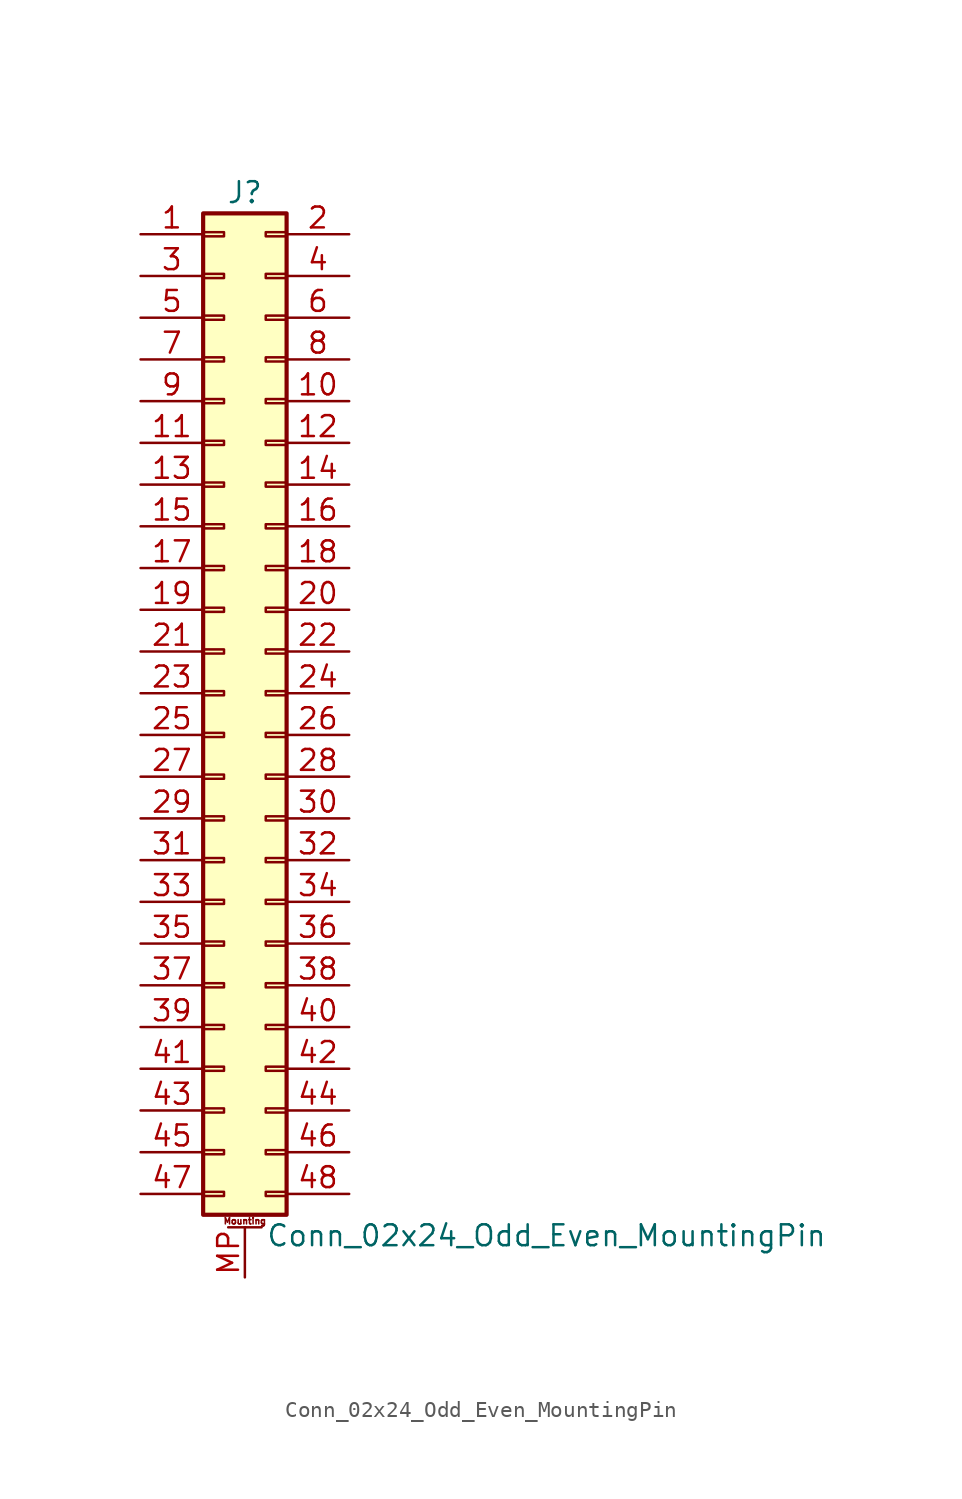
<source format=kicad_sym>
(kicad_symbol_lib
  (version 20211014)
  (generator kicad_symbol_editor)
  (symbol "Conn_02x24_Odd_Even_MountingPin"
    (pin_names
      (offset 1.016) hide)
    (property "Reference" "J"
      (at 1.27 30.48 0)
      (effects (font (size 1.27 1.27))))
    (property "Value" "Conn_02x24_Odd_Even_MountingPin"
      (at 2.54 -33.02 0)
      (effects (font (size 1.27 1.27)) (justify left)))
    (symbol "Conn_02x24_Odd_Even_MountingPin_1_1"
      (rectangle (start -1.27 -30.353) (end 0 -30.607) (stroke (width 0.152) (type default) (color 0 0 0 0)) (fill (type none)))
      (rectangle (start -1.27 -27.813) (end 0 -28.067) (stroke (width 0.152) (type default) (color 0 0 0 0)) (fill (type none)))
      (rectangle (start -1.27 -25.273) (end 0 -25.527) (stroke (width 0.152) (type default) (color 0 0 0 0)) (fill (type none)))
      (rectangle (start -1.27 -22.733) (end 0 -22.987) (stroke (width 0.152) (type default) (color 0 0 0 0)) (fill (type none)))
      (rectangle (start -1.27 -20.193) (end 0 -20.447) (stroke (width 0.152) (type default) (color 0 0 0 0)) (fill (type none)))
      (rectangle (start -1.27 -17.653) (end 0 -17.907) (stroke (width 0.152) (type default) (color 0 0 0 0)) (fill (type none)))
      (rectangle (start -1.27 -15.113) (end 0 -15.367) (stroke (width 0.152) (type default) (color 0 0 0 0)) (fill (type none)))
      (rectangle (start -1.27 -12.573) (end 0 -12.827) (stroke (width 0.152) (type default) (color 0 0 0 0)) (fill (type none)))
      (rectangle (start -1.27 -10.033) (end 0 -10.287) (stroke (width 0.152) (type default) (color 0 0 0 0)) (fill (type none)))
      (rectangle (start -1.27 -7.493) (end 0 -7.747) (stroke (width 0.152) (type default) (color 0 0 0 0)) (fill (type none)))
      (rectangle (start -1.27 -4.953) (end 0 -5.207) (stroke (width 0.152) (type default) (color 0 0 0 0)) (fill (type none)))
      (rectangle (start -1.27 -2.413) (end 0 -2.667) (stroke (width 0.152) (type default) (color 0 0 0 0)) (fill (type none)))
      (rectangle (start -1.27 0.127) (end 0 -0.127) (stroke (width 0.152) (type default) (color 0 0 0 0)) (fill (type none)))
      (rectangle (start -1.27 2.667) (end 0 2.413) (stroke (width 0.152) (type default) (color 0 0 0 0)) (fill (type none)))
      (rectangle (start -1.27 5.207) (end 0 4.953) (stroke (width 0.152) (type default) (color 0 0 0 0)) (fill (type none)))
      (rectangle (start -1.27 7.747) (end 0 7.493) (stroke (width 0.152) (type default) (color 0 0 0 0)) (fill (type none)))
      (rectangle (start -1.27 10.287) (end 0 10.033) (stroke (width 0.152) (type default) (color 0 0 0 0)) (fill (type none)))
      (rectangle (start -1.27 12.827) (end 0 12.573) (stroke (width 0.152) (type default) (color 0 0 0 0)) (fill (type none)))
      (rectangle (start -1.27 15.367) (end 0 15.113) (stroke (width 0.152) (type default) (color 0 0 0 0)) (fill (type none)))
      (rectangle (start -1.27 17.907) (end 0 17.653) (stroke (width 0.152) (type default) (color 0 0 0 0)) (fill (type none)))
      (rectangle (start -1.27 20.447) (end 0 20.193) (stroke (width 0.152) (type default) (color 0 0 0 0)) (fill (type none)))
      (rectangle (start -1.27 22.987) (end 0 22.733) (stroke (width 0.152) (type default) (color 0 0 0 0)) (fill (type none)))
      (rectangle (start -1.27 25.527) (end 0 25.273) (stroke (width 0.152) (type default) (color 0 0 0 0)) (fill (type none)))
      (rectangle (start -1.27 28.067) (end 0 27.813) (stroke (width 0.152) (type default) (color 0 0 0 0)) (fill (type none)))
      (rectangle (start -1.27 29.21) (end 3.81 -31.75) (stroke (width 0.254) (type default) (color 0 0 0 0)) (fill (type background)))
      (polyline (pts (xy 0.254 -32.512) (xy 2.286 -32.512)) (stroke (width 0.152) (type default) (color 0 0 0 0)) (fill (type none)))
      (rectangle (start 3.81 -30.353) (end 2.54 -30.607) (stroke (width 0.152) (type default) (color 0 0 0 0)) (fill (type none)))
      (rectangle (start 3.81 -27.813) (end 2.54 -28.067) (stroke (width 0.152) (type default) (color 0 0 0 0)) (fill (type none)))
      (rectangle (start 3.81 -25.273) (end 2.54 -25.527) (stroke (width 0.152) (type default) (color 0 0 0 0)) (fill (type none)))
      (rectangle (start 3.81 -22.733) (end 2.54 -22.987) (stroke (width 0.152) (type default) (color 0 0 0 0)) (fill (type none)))
      (rectangle (start 3.81 -20.193) (end 2.54 -20.447) (stroke (width 0.152) (type default) (color 0 0 0 0)) (fill (type none)))
      (rectangle (start 3.81 -17.653) (end 2.54 -17.907) (stroke (width 0.152) (type default) (color 0 0 0 0)) (fill (type none)))
      (rectangle (start 3.81 -15.113) (end 2.54 -15.367) (stroke (width 0.152) (type default) (color 0 0 0 0)) (fill (type none)))
      (rectangle (start 3.81 -12.573) (end 2.54 -12.827) (stroke (width 0.152) (type default) (color 0 0 0 0)) (fill (type none)))
      (rectangle (start 3.81 -10.033) (end 2.54 -10.287) (stroke (width 0.152) (type default) (color 0 0 0 0)) (fill (type none)))
      (rectangle (start 3.81 -7.493) (end 2.54 -7.747) (stroke (width 0.152) (type default) (color 0 0 0 0)) (fill (type none)))
      (rectangle (start 3.81 -4.953) (end 2.54 -5.207) (stroke (width 0.152) (type default) (color 0 0 0 0)) (fill (type none)))
      (rectangle (start 3.81 -2.413) (end 2.54 -2.667) (stroke (width 0.152) (type default) (color 0 0 0 0)) (fill (type none)))
      (rectangle (start 3.81 0.127) (end 2.54 -0.127) (stroke (width 0.152) (type default) (color 0 0 0 0)) (fill (type none)))
      (rectangle (start 3.81 2.667) (end 2.54 2.413) (stroke (width 0.152) (type default) (color 0 0 0 0)) (fill (type none)))
      (rectangle (start 3.81 5.207) (end 2.54 4.953) (stroke (width 0.152) (type default) (color 0 0 0 0)) (fill (type none)))
      (rectangle (start 3.81 7.747) (end 2.54 7.493) (stroke (width 0.152) (type default) (color 0 0 0 0)) (fill (type none)))
      (rectangle (start 3.81 10.287) (end 2.54 10.033) (stroke (width 0.152) (type default) (color 0 0 0 0)) (fill (type none)))
      (rectangle (start 3.81 12.827) (end 2.54 12.573) (stroke (width 0.152) (type default) (color 0 0 0 0)) (fill (type none)))
      (rectangle (start 3.81 15.367) (end 2.54 15.113) (stroke (width 0.152) (type default) (color 0 0 0 0)) (fill (type none)))
      (rectangle (start 3.81 17.907) (end 2.54 17.653) (stroke (width 0.152) (type default) (color 0 0 0 0)) (fill (type none)))
      (rectangle (start 3.81 20.447) (end 2.54 20.193) (stroke (width 0.152) (type default) (color 0 0 0 0)) (fill (type none)))
      (rectangle (start 3.81 22.987) (end 2.54 22.733) (stroke (width 0.152) (type default) (color 0 0 0 0)) (fill (type none)))
      (rectangle (start 3.81 25.527) (end 2.54 25.273) (stroke (width 0.152) (type default) (color 0 0 0 0)) (fill (type none)))
      (rectangle (start 3.81 28.067) (end 2.54 27.813) (stroke (width 0.152) (type default) (color 0 0 0 0)) (fill (type none)))
      (text "Mounting" (at 1.27 -32.131 0) (effects (font (size 0.381 0.381))))
      (pin passive line (at -5.08 27.94 0) (length 3.81) (name "Pin_1" (effects (font (size 1.27 1.27)))) (number "1" (effects (font (size 1.27 1.27)))))
      (pin passive line (at 7.62 17.78 180) (length 3.81) (name "Pin_10" (effects (font (size 1.27 1.27)))) (number "10" (effects (font (size 1.27 1.27)))))
      (pin passive line (at -5.08 15.24 0) (length 3.81) (name "Pin_11" (effects (font (size 1.27 1.27)))) (number "11" (effects (font (size 1.27 1.27)))))
      (pin passive line (at 7.62 15.24 180) (length 3.81) (name "Pin_12" (effects (font (size 1.27 1.27)))) (number "12" (effects (font (size 1.27 1.27)))))
      (pin passive line (at -5.08 12.7 0) (length 3.81) (name "Pin_13" (effects (font (size 1.27 1.27)))) (number "13" (effects (font (size 1.27 1.27)))))
      (pin passive line (at 7.62 12.7 180) (length 3.81) (name "Pin_14" (effects (font (size 1.27 1.27)))) (number "14" (effects (font (size 1.27 1.27)))))
      (pin passive line (at -5.08 10.16 0) (length 3.81) (name "Pin_15" (effects (font (size 1.27 1.27)))) (number "15" (effects (font (size 1.27 1.27)))))
      (pin passive line (at 7.62 10.16 180) (length 3.81) (name "Pin_16" (effects (font (size 1.27 1.27)))) (number "16" (effects (font (size 1.27 1.27)))))
      (pin passive line (at -5.08 7.62 0) (length 3.81) (name "Pin_17" (effects (font (size 1.27 1.27)))) (number "17" (effects (font (size 1.27 1.27)))))
      (pin passive line (at 7.62 7.62 180) (length 3.81) (name "Pin_18" (effects (font (size 1.27 1.27)))) (number "18" (effects (font (size 1.27 1.27)))))
      (pin passive line (at -5.08 5.08 0) (length 3.81) (name "Pin_19" (effects (font (size 1.27 1.27)))) (number "19" (effects (font (size 1.27 1.27)))))
      (pin passive line (at 7.62 27.94 180) (length 3.81) (name "Pin_2" (effects (font (size 1.27 1.27)))) (number "2" (effects (font (size 1.27 1.27)))))
      (pin passive line (at 7.62 5.08 180) (length 3.81) (name "Pin_20" (effects (font (size 1.27 1.27)))) (number "20" (effects (font (size 1.27 1.27)))))
      (pin passive line (at -5.08 2.54 0) (length 3.81) (name "Pin_21" (effects (font (size 1.27 1.27)))) (number "21" (effects (font (size 1.27 1.27)))))
      (pin passive line (at 7.62 2.54 180) (length 3.81) (name "Pin_22" (effects (font (size 1.27 1.27)))) (number "22" (effects (font (size 1.27 1.27)))))
      (pin passive line (at -5.08 0 0) (length 3.81) (name "Pin_23" (effects (font (size 1.27 1.27)))) (number "23" (effects (font (size 1.27 1.27)))))
      (pin passive line (at 7.62 0 180) (length 3.81) (name "Pin_24" (effects (font (size 1.27 1.27)))) (number "24" (effects (font (size 1.27 1.27)))))
      (pin passive line (at -5.08 -2.54 0) (length 3.81) (name "Pin_25" (effects (font (size 1.27 1.27)))) (number "25" (effects (font (size 1.27 1.27)))))
      (pin passive line (at 7.62 -2.54 180) (length 3.81) (name "Pin_26" (effects (font (size 1.27 1.27)))) (number "26" (effects (font (size 1.27 1.27)))))
      (pin passive line (at -5.08 -5.08 0) (length 3.81) (name "Pin_27" (effects (font (size 1.27 1.27)))) (number "27" (effects (font (size 1.27 1.27)))))
      (pin passive line (at 7.62 -5.08 180) (length 3.81) (name "Pin_28" (effects (font (size 1.27 1.27)))) (number "28" (effects (font (size 1.27 1.27)))))
      (pin passive line (at -5.08 -7.62 0) (length 3.81) (name "Pin_29" (effects (font (size 1.27 1.27)))) (number "29" (effects (font (size 1.27 1.27)))))
      (pin passive line (at -5.08 25.4 0) (length 3.81) (name "Pin_3" (effects (font (size 1.27 1.27)))) (number "3" (effects (font (size 1.27 1.27)))))
      (pin passive line (at 7.62 -7.62 180) (length 3.81) (name "Pin_30" (effects (font (size 1.27 1.27)))) (number "30" (effects (font (size 1.27 1.27)))))
      (pin passive line (at -5.08 -10.16 0) (length 3.81) (name "Pin_31" (effects (font (size 1.27 1.27)))) (number "31" (effects (font (size 1.27 1.27)))))
      (pin passive line (at 7.62 -10.16 180) (length 3.81) (name "Pin_32" (effects (font (size 1.27 1.27)))) (number "32" (effects (font (size 1.27 1.27)))))
      (pin passive line (at -5.08 -12.7 0) (length 3.81) (name "Pin_33" (effects (font (size 1.27 1.27)))) (number "33" (effects (font (size 1.27 1.27)))))
      (pin passive line (at 7.62 -12.7 180) (length 3.81) (name "Pin_34" (effects (font (size 1.27 1.27)))) (number "34" (effects (font (size 1.27 1.27)))))
      (pin passive line (at -5.08 -15.24 0) (length 3.81) (name "Pin_35" (effects (font (size 1.27 1.27)))) (number "35" (effects (font (size 1.27 1.27)))))
      (pin passive line (at 7.62 -15.24 180) (length 3.81) (name "Pin_36" (effects (font (size 1.27 1.27)))) (number "36" (effects (font (size 1.27 1.27)))))
      (pin passive line (at -5.08 -17.78 0) (length 3.81) (name "Pin_37" (effects (font (size 1.27 1.27)))) (number "37" (effects (font (size 1.27 1.27)))))
      (pin passive line (at 7.62 -17.78 180) (length 3.81) (name "Pin_38" (effects (font (size 1.27 1.27)))) (number "38" (effects (font (size 1.27 1.27)))))
      (pin passive line (at -5.08 -20.32 0) (length 3.81) (name "Pin_39" (effects (font (size 1.27 1.27)))) (number "39" (effects (font (size 1.27 1.27)))))
      (pin passive line (at 7.62 25.4 180) (length 3.81) (name "Pin_4" (effects (font (size 1.27 1.27)))) (number "4" (effects (font (size 1.27 1.27)))))
      (pin passive line (at 7.62 -20.32 180) (length 3.81) (name "Pin_40" (effects (font (size 1.27 1.27)))) (number "40" (effects (font (size 1.27 1.27)))))
      (pin passive line (at -5.08 -22.86 0) (length 3.81) (name "Pin_41" (effects (font (size 1.27 1.27)))) (number "41" (effects (font (size 1.27 1.27)))))
      (pin passive line (at 7.62 -22.86 180) (length 3.81) (name "Pin_42" (effects (font (size 1.27 1.27)))) (number "42" (effects (font (size 1.27 1.27)))))
      (pin passive line (at -5.08 -25.4 0) (length 3.81) (name "Pin_43" (effects (font (size 1.27 1.27)))) (number "43" (effects (font (size 1.27 1.27)))))
      (pin passive line (at 7.62 -25.4 180) (length 3.81) (name "Pin_44" (effects (font (size 1.27 1.27)))) (number "44" (effects (font (size 1.27 1.27)))))
      (pin passive line (at -5.08 -27.94 0) (length 3.81) (name "Pin_45" (effects (font (size 1.27 1.27)))) (number "45" (effects (font (size 1.27 1.27)))))
      (pin passive line (at 7.62 -27.94 180) (length 3.81) (name "Pin_46" (effects (font (size 1.27 1.27)))) (number "46" (effects (font (size 1.27 1.27)))))
      (pin passive line (at -5.08 -30.48 0) (length 3.81) (name "Pin_47" (effects (font (size 1.27 1.27)))) (number "47" (effects (font (size 1.27 1.27)))))
      (pin passive line (at 7.62 -30.48 180) (length 3.81) (name "Pin_48" (effects (font (size 1.27 1.27)))) (number "48" (effects (font (size 1.27 1.27)))))
      (pin passive line (at -5.08 22.86 0) (length 3.81) (name "Pin_5" (effects (font (size 1.27 1.27)))) (number "5" (effects (font (size 1.27 1.27)))))
      (pin passive line (at 7.62 22.86 180) (length 3.81) (name "Pin_6" (effects (font (size 1.27 1.27)))) (number "6" (effects (font (size 1.27 1.27)))))
      (pin passive line (at -5.08 20.32 0) (length 3.81) (name "Pin_7" (effects (font (size 1.27 1.27)))) (number "7" (effects (font (size 1.27 1.27)))))
      (pin passive line (at 7.62 20.32 180) (length 3.81) (name "Pin_8" (effects (font (size 1.27 1.27)))) (number "8" (effects (font (size 1.27 1.27)))))
      (pin passive line (at -5.08 17.78 0) (length 3.81) (name "Pin_9" (effects (font (size 1.27 1.27)))) (number "9" (effects (font (size 1.27 1.27)))))
      (pin passive line (at 1.27 -35.56 90) (length 3.048) (name "MountPin" (effects (font (size 1.27 1.27)))) (number "MP" (effects (font (size 1.27 1.27))))))))
</source>
